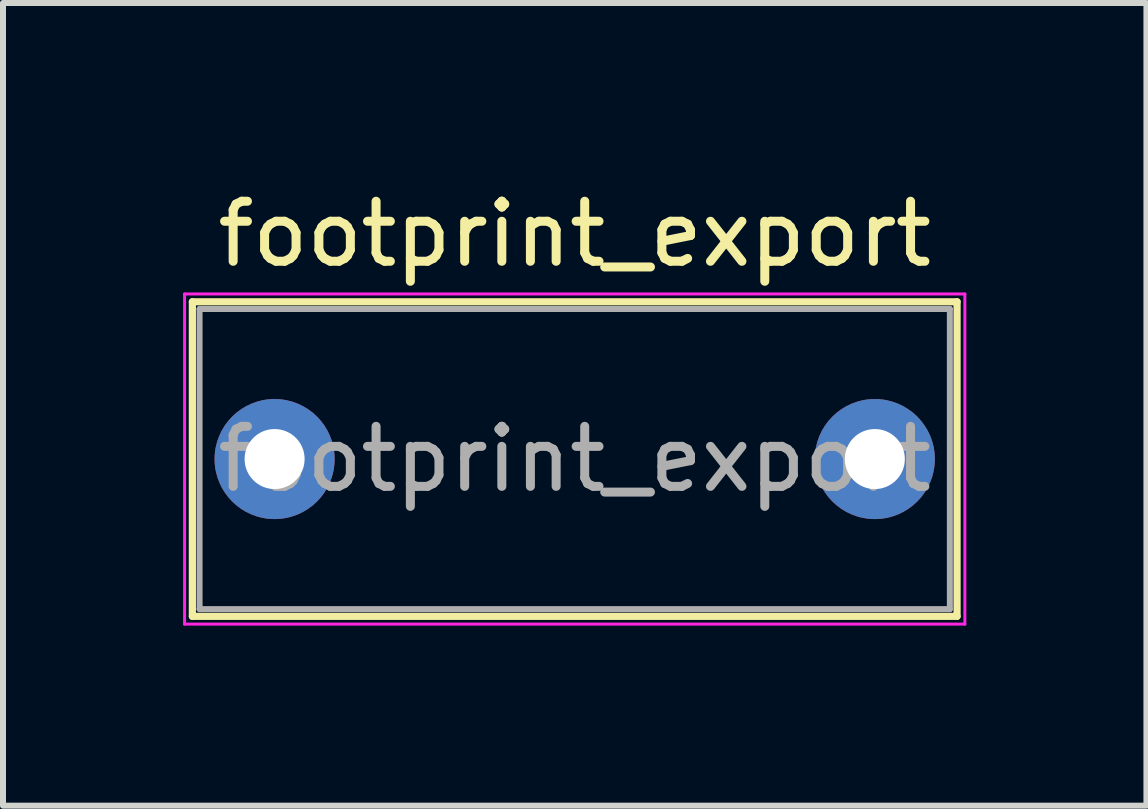
<source format=kicad_pcb>
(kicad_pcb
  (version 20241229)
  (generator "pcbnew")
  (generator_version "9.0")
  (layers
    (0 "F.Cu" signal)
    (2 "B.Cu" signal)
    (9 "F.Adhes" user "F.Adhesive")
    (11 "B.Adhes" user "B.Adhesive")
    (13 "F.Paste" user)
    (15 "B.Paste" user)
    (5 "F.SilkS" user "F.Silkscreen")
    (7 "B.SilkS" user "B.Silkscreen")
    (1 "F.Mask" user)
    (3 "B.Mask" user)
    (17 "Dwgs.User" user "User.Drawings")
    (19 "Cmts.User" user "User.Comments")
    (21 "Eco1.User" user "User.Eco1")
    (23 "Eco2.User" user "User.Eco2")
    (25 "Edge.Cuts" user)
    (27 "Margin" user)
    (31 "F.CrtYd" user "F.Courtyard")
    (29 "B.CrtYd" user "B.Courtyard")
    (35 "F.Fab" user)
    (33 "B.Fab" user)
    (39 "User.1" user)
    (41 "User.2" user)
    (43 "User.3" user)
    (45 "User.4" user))
  (footprint "footprint_export"
    (layer "F.Cu")
    (at 1.525 4.598)
    (property "Reference" "footprint_export" (at 5 -3.75 0) (layer "F.SilkS") (effects (font (size 1 1) (thickness 0.15))))
    (attr through_hole)
    (fp_line (start -1.37 -2.62) (end -1.37 2.62) (stroke (width 0.12) (type solid)) (layer "F.SilkS"))
    (fp_line (start -1.37 -2.62) (end 11.37 -2.62) (stroke (width 0.12) (type solid)) (layer "F.SilkS"))
    (fp_line (start -1.37 2.62) (end 11.37 2.62) (stroke (width 0.12) (type solid)) (layer "F.SilkS"))
    (fp_line (start 11.37 -2.62) (end 11.37 2.62) (stroke (width 0.12) (type solid)) (layer "F.SilkS"))
    (fp_line (start -1.5 -2.75) (end -1.5 2.75) (stroke (width 0.05) (type solid)) (layer "F.CrtYd"))
    (fp_line (start -1.5 2.75) (end 11.5 2.75) (stroke (width 0.05) (type solid)) (layer "F.CrtYd"))
    (fp_line (start 11.5 -2.75) (end -1.5 -2.75) (stroke (width 0.05) (type solid)) (layer "F.CrtYd"))
    (fp_line (start 11.5 2.75) (end 11.5 -2.75) (stroke (width 0.05) (type solid)) (layer "F.CrtYd"))
    (fp_line (start -1.25 -2.5) (end -1.25 2.5) (stroke (width 0.1) (type solid)) (layer "F.Fab"))
    (fp_line (start -1.25 2.5) (end 11.25 2.5) (stroke (width 0.1) (type solid)) (layer "F.Fab"))
    (fp_line (start 11.25 -2.5) (end -1.25 -2.5) (stroke (width 0.1) (type solid)) (layer "F.Fab"))
    (fp_line (start 11.25 2.5) (end 11.25 -2.5) (stroke (width 0.1) (type solid)) (layer "F.Fab"))
    (fp_text user "${REFERENCE}" (at 5 0 0) (layer "F.Fab") (effects (font (size 1 1) (thickness 0.15))))
    (pad "1" thru_hole circle (at 0 0) (size 2 2) (drill 1) (layers "*.Cu" "*.Mask"))
    (pad "2" thru_hole circle (at 10 0) (size 2 2) (drill 1) (layers "*.Cu" "*.Mask")))
  (gr_rect
    (start -3 -3)
    (end 16.05 10.373)
    (stroke (width 0.1) (type default))
    (fill no)
    (layer "Edge.Cuts")))
</source>
